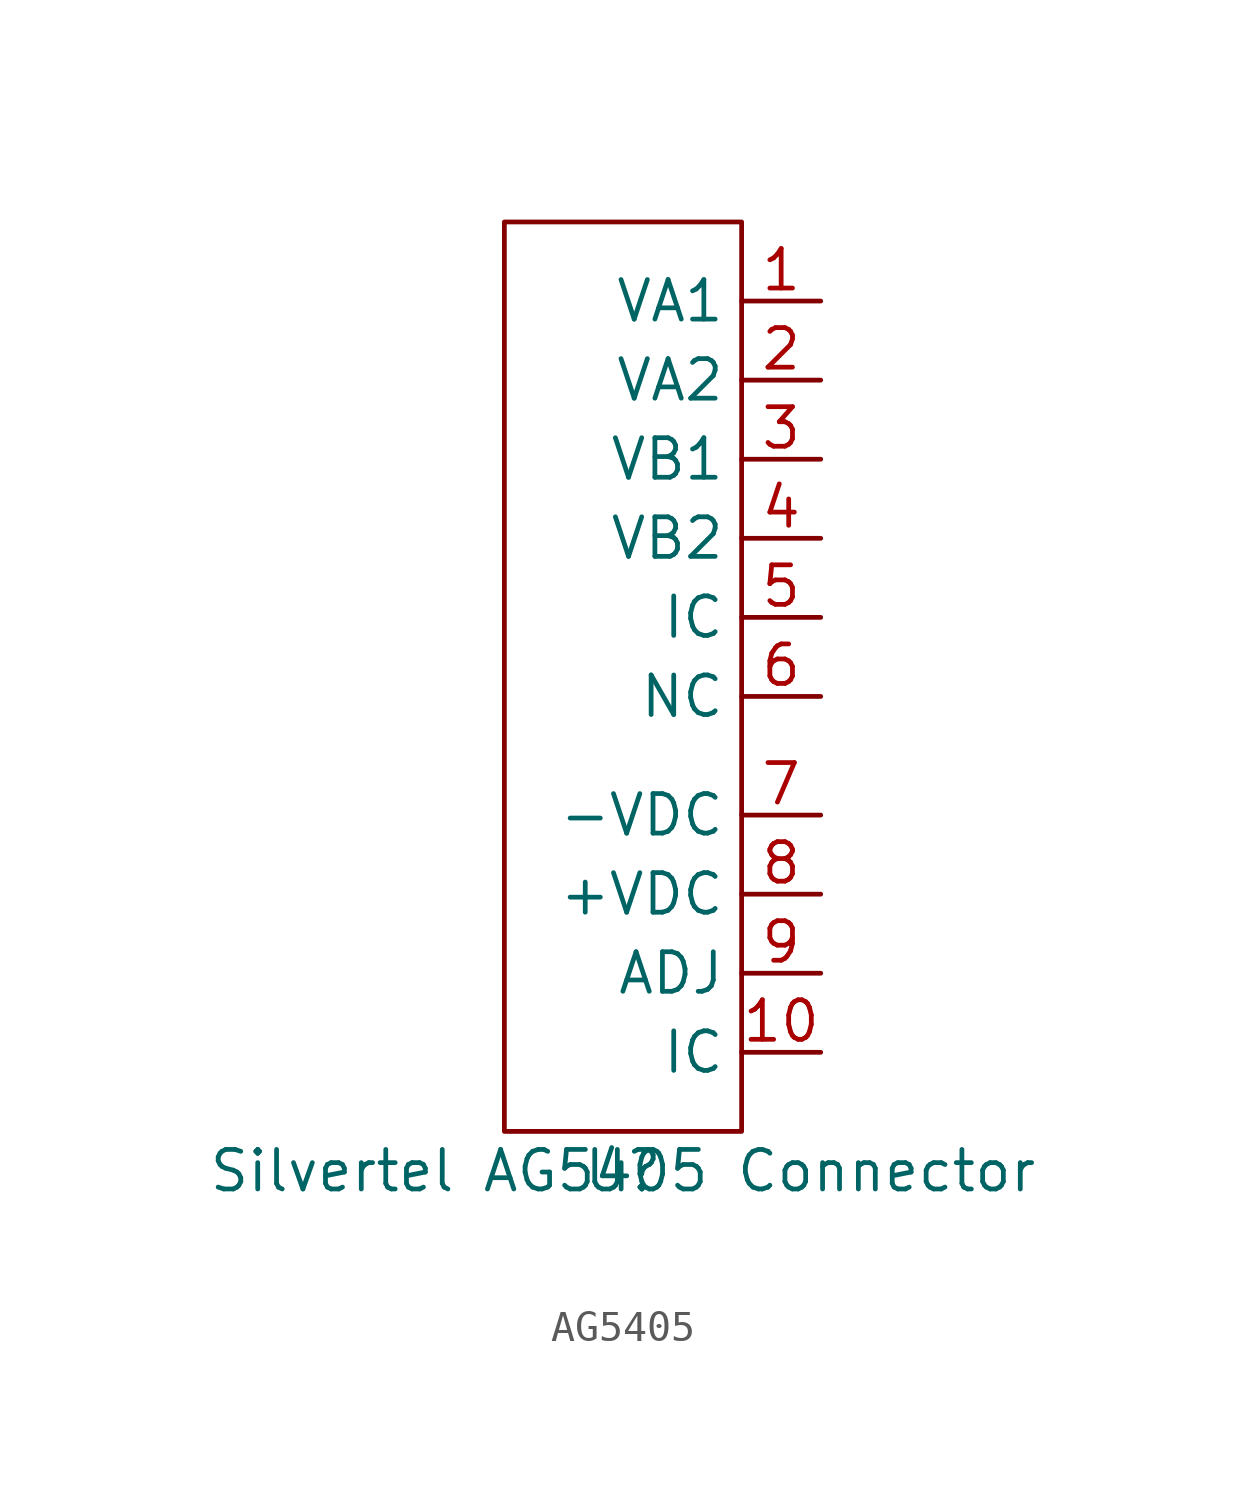
<source format=kicad_sym>
(kicad_symbol_lib
  (version 20231120)
  (generator "kicad_symbol_editor")
  (generator_version "8.0")
  (symbol "AG5405"
    (property "Reference" "U"
      (at 0 0 0)
      (effects (font (size 1.27 1.27))))
    (property "Value" "Silvertel AG5405 Connector"
      (at 0 0 0)
      (effects (font (size 1.27 1.27))))
    (symbol "AG5405_0_1"
      (rectangle (start -3.81 30.48) (end 3.81 1.27) (stroke (width 0) (type default)) (fill (type none))))
    (symbol "AG5405_1_0"
      (pin input line (at 6.35 27.94 180) (length 2.54) (name "VA1" (effects (font (size 1.27 1.27)))) (number "1" (effects (font (size 1.27 1.27)))))
      (pin input line (at 6.35 3.81 180) (length 2.54) (name "IC" (effects (font (size 1.27 1.27)))) (number "10" (effects (font (size 1.27 1.27)))))
      (pin input line (at 6.35 25.4 180) (length 2.54) (name "VA2" (effects (font (size 1.27 1.27)))) (number "2" (effects (font (size 1.27 1.27)))))
      (pin input line (at 6.35 22.86 180) (length 2.54) (name "VB1" (effects (font (size 1.27 1.27)))) (number "3" (effects (font (size 1.27 1.27)))))
      (pin input line (at 6.35 20.32 180) (length 2.54) (name "VB2" (effects (font (size 1.27 1.27)))) (number "4" (effects (font (size 1.27 1.27)))))
      (pin input line (at 6.35 17.78 180) (length 2.54) (name "IC" (effects (font (size 1.27 1.27)))) (number "5" (effects (font (size 1.27 1.27)))))
      (pin input line (at 6.35 15.24 180) (length 2.54) (name "NC" (effects (font (size 1.27 1.27)))) (number "6" (effects (font (size 1.27 1.27)))))
      (pin input line (at 6.35 11.43 180) (length 2.54) (name "-VDC" (effects (font (size 1.27 1.27)))) (number "7" (effects (font (size 1.27 1.27)))))
      (pin input line (at 6.35 8.89 180) (length 2.54) (name "+VDC" (effects (font (size 1.27 1.27)))) (number "8" (effects (font (size 1.27 1.27)))))
      (pin input line (at 6.35 6.35 180) (length 2.54) (name "ADJ" (effects (font (size 1.27 1.27)))) (number "9" (effects (font (size 1.27 1.27))))))))
</source>
